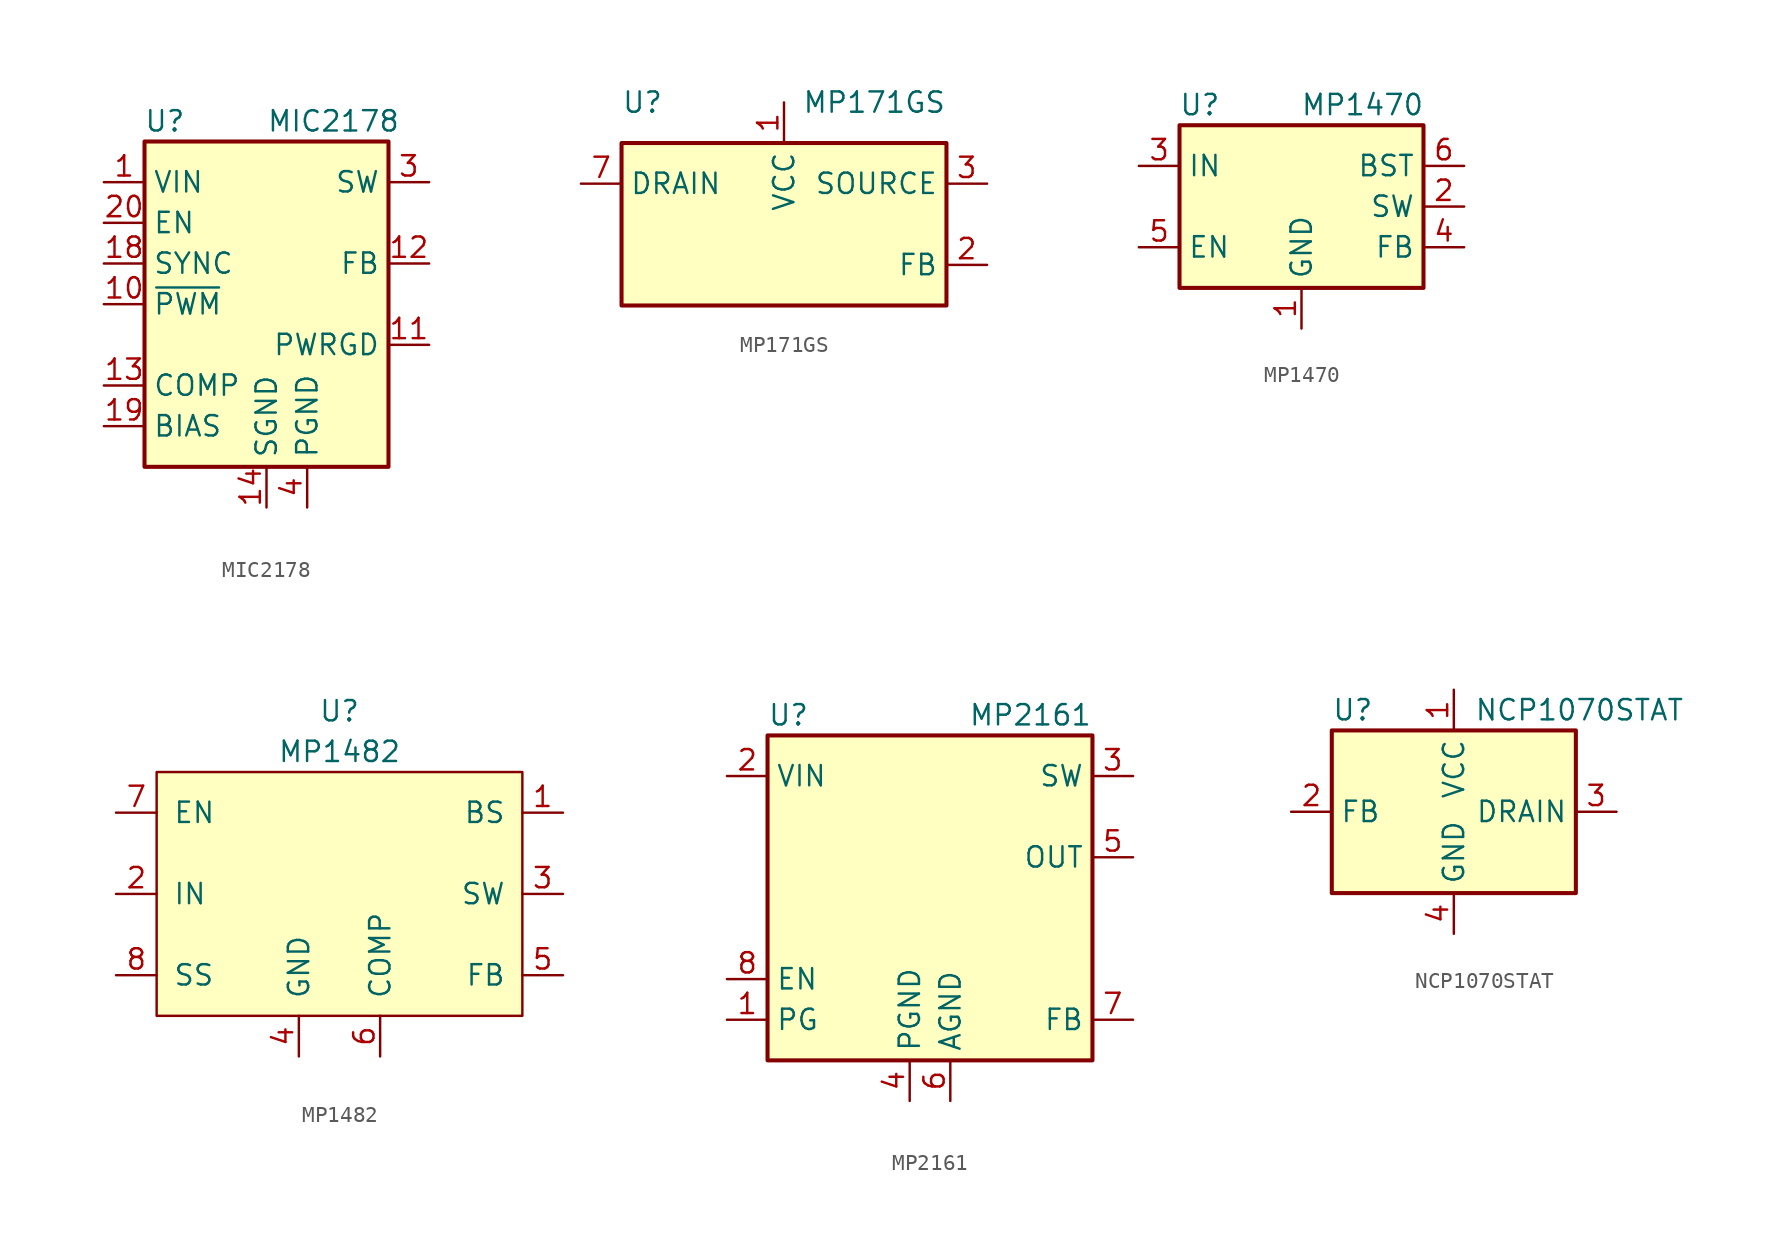
<source format=kicad_sym>
(kicad_symbol_lib
  (version 20201005)
  (generator kicad_symbol_editor)
  (symbol "MIC2178"
    (property "Reference" "U"
      (at -6.35 13.97 0)
      (effects (font (size 1.27 1.27))))
    (property "Value" "MIC2178"
      (at 0 13.97 0)
      (effects (font (size 1.27 1.27)) (justify left)))
    (symbol "MIC2178_0_1"
      (rectangle (start -7.62 12.7) (end 7.62 -7.62) (stroke (width 0.254)) (fill (type background))))
    (symbol "MIC2178_1_1"
      (pin power_in line (at -10.16 10.16 0) (length 2.54) (name "VIN" (effects (font (size 1.27 1.27)))) (number "1" (effects (font (size 1.27 1.27)))))
      (pin input line (at -10.16 2.54 0) (length 2.54) (name "~PWM" (effects (font (size 1.27 1.27)))) (number "10" (effects (font (size 1.27 1.27)))))
      (pin output line (at 10.16 0 180) (length 2.54) (name "PWRGD" (effects (font (size 1.27 1.27)))) (number "11" (effects (font (size 1.27 1.27)))))
      (pin input line (at 10.16 5.08 180) (length 2.54) (name "FB" (effects (font (size 1.27 1.27)))) (number "12" (effects (font (size 1.27 1.27)))))
      (pin input line (at -10.16 -2.54 0) (length 2.54) (name "COMP" (effects (font (size 1.27 1.27)))) (number "13" (effects (font (size 1.27 1.27)))))
      (pin power_in line (at 0 -10.16 90) (length 2.54) (name "SGND" (effects (font (size 1.27 1.27)))) (number "14" (effects (font (size 1.27 1.27)))))
      (pin passive line (at 0 -10.16 90) (length 2.54) hide (name "SGND" (effects (font (size 1.27 1.27)))) (number "15" (effects (font (size 1.27 1.27)))))
      (pin passive line (at 0 -10.16 90) (length 2.54) hide (name "SGND" (effects (font (size 1.27 1.27)))) (number "16" (effects (font (size 1.27 1.27)))))
      (pin passive line (at 0 -10.16 90) (length 2.54) hide (name "SGND" (effects (font (size 1.27 1.27)))) (number "17" (effects (font (size 1.27 1.27)))))
      (pin input line (at -10.16 5.08 0) (length 2.54) (name "SYNC" (effects (font (size 1.27 1.27)))) (number "18" (effects (font (size 1.27 1.27)))))
      (pin input line (at -10.16 -5.08 0) (length 2.54) (name "BIAS" (effects (font (size 1.27 1.27)))) (number "19" (effects (font (size 1.27 1.27)))))
      (pin passive line (at -10.16 10.16 0) (length 2.54) hide (name "VIN" (effects (font (size 1.27 1.27)))) (number "2" (effects (font (size 1.27 1.27)))))
      (pin input line (at -10.16 7.62 0) (length 2.54) (name "EN" (effects (font (size 1.27 1.27)))) (number "20" (effects (font (size 1.27 1.27)))))
      (pin output line (at 10.16 10.16 180) (length 2.54) (name "SW" (effects (font (size 1.27 1.27)))) (number "3" (effects (font (size 1.27 1.27)))))
      (pin power_in line (at 2.54 -10.16 90) (length 2.54) (name "PGND" (effects (font (size 1.27 1.27)))) (number "4" (effects (font (size 1.27 1.27)))))
      (pin passive line (at 2.54 -10.16 90) (length 2.54) hide (name "PGND" (effects (font (size 1.27 1.27)))) (number "5" (effects (font (size 1.27 1.27)))))
      (pin passive line (at 2.54 -10.16 90) (length 2.54) hide (name "PGND" (effects (font (size 1.27 1.27)))) (number "6" (effects (font (size 1.27 1.27)))))
      (pin passive line (at 2.54 -10.16 90) (length 2.54) hide (name "PGND" (effects (font (size 1.27 1.27)))) (number "7" (effects (font (size 1.27 1.27)))))
      (pin passive line (at 10.16 10.16 180) (length 2.54) hide (name "SW" (effects (font (size 1.27 1.27)))) (number "8" (effects (font (size 1.27 1.27)))))
      (pin passive line (at -10.16 10.16 0) (length 2.54) hide (name "VIN" (effects (font (size 1.27 1.27)))) (number "9" (effects (font (size 1.27 1.27)))))))
  (symbol "MP171GS"
    (property "Reference" "U"
      (at -10.16 7.62 0)
      (effects (font (size 1.27 1.27)) (justify left)))
    (property "Value" "MP171GS"
      (at 10.16 7.62 0)
      (effects (font (size 1.27 1.27)) (justify right)))
    (symbol "MP171GS_1_1"
      (rectangle (start 10.16 5.08) (end -10.16 -5.08) (stroke (width 0.254)) (fill (type background)))
      (pin power_in line (at 0 7.62 270) (length 2.54) (name "VCC" (effects (font (size 1.27 1.27)))) (number "1" (effects (font (size 1.27 1.27)))))
      (pin passive line (at 12.7 -2.54 180) (length 2.54) (name "FB" (effects (font (size 1.27 1.27)))) (number "2" (effects (font (size 1.27 1.27)))))
      (pin power_out line (at 12.7 2.54 180) (length 2.54) (name "SOURCE" (effects (font (size 1.27 1.27)))) (number "3" (effects (font (size 1.27 1.27)))))
      (pin passive line (at 12.7 2.54 180) (length 2.54) hide (name "SOURCE" (effects (font (size 1.27 1.27)))) (number "4" (effects (font (size 1.27 1.27)))))
      (pin no_connect line (at -10.16 0 0) (length 2.54) hide (name "NC" (effects (font (size 1.27 1.27)))) (number "5" (effects (font (size 1.27 1.27)))))
      (pin no_connect line (at -10.16 -2.54 0) (length 2.54) hide (name "NC" (effects (font (size 1.27 1.27)))) (number "6" (effects (font (size 1.27 1.27)))))
      (pin power_in line (at -12.7 2.54 0) (length 2.54) (name "DRAIN" (effects (font (size 1.27 1.27)))) (number "7" (effects (font (size 1.27 1.27)))))
      (pin no_connect line (at 10.16 0 180) (length 2.54) hide (name "NC" (effects (font (size 1.27 1.27)))) (number "8" (effects (font (size 1.27 1.27)))))))
  (symbol "MP1470"
    (property "Reference" "U"
      (at -6.35 6.35 0)
      (effects (font (size 1.27 1.27))))
    (property "Value" "MP1470"
      (at 3.81 6.35 0)
      (effects (font (size 1.27 1.27))))
    (symbol "MP1470_0_1"
      (rectangle (start -7.62 5.08) (end 7.62 -5.08) (stroke (width 0.254)) (fill (type background))))
    (symbol "MP1470_1_1"
      (pin power_in line (at 0 -7.62 90) (length 2.54) (name "GND" (effects (font (size 1.27 1.27)))) (number "1" (effects (font (size 1.27 1.27)))))
      (pin power_out line (at 10.16 0 180) (length 2.54) (name "SW" (effects (font (size 1.27 1.27)))) (number "2" (effects (font (size 1.27 1.27)))))
      (pin power_in line (at -10.16 2.54 0) (length 2.54) (name "IN" (effects (font (size 1.27 1.27)))) (number "3" (effects (font (size 1.27 1.27)))))
      (pin input line (at 10.16 -2.54 180) (length 2.54) (name "FB" (effects (font (size 1.27 1.27)))) (number "4" (effects (font (size 1.27 1.27)))))
      (pin input line (at -10.16 -2.54 0) (length 2.54) (name "EN" (effects (font (size 1.27 1.27)))) (number "5" (effects (font (size 1.27 1.27)))))
      (pin passive line (at 10.16 2.54 180) (length 2.54) (name "BST" (effects (font (size 1.27 1.27)))) (number "6" (effects (font (size 1.27 1.27)))))))
  (symbol "MP1482"
    (pin_names
      (offset 1.016))
    (property "Reference" "U"
      (at 0 11.43 0)
      (effects (font (size 1.27 1.27))))
    (property "Value" "MP1482"
      (at 0 8.89 0)
      (effects (font (size 1.27 1.27))))
    (symbol "MP1482_0_1"
      (rectangle (start -11.43 7.62) (end 11.43 -7.62) (stroke (width 0)) (fill (type background))))
    (symbol "MP1482_1_1"
      (pin input line (at 13.97 5.08 180) (length 2.54) (name "BS" (effects (font (size 1.27 1.27)))) (number "1" (effects (font (size 1.27 1.27)))))
      (pin input line (at -13.97 0 0) (length 2.54) (name "IN" (effects (font (size 1.27 1.27)))) (number "2" (effects (font (size 1.27 1.27)))))
      (pin input line (at 13.97 0 180) (length 2.54) (name "SW" (effects (font (size 1.27 1.27)))) (number "3" (effects (font (size 1.27 1.27)))))
      (pin input line (at -2.54 -10.16 90) (length 2.54) (name "GND" (effects (font (size 1.27 1.27)))) (number "4" (effects (font (size 1.27 1.27)))))
      (pin input line (at 13.97 -5.08 180) (length 2.54) (name "FB" (effects (font (size 1.27 1.27)))) (number "5" (effects (font (size 1.27 1.27)))))
      (pin input line (at 2.54 -10.16 90) (length 2.54) (name "COMP" (effects (font (size 1.27 1.27)))) (number "6" (effects (font (size 1.27 1.27)))))
      (pin input line (at -13.97 5.08 0) (length 2.54) (name "EN" (effects (font (size 1.27 1.27)))) (number "7" (effects (font (size 1.27 1.27)))))
      (pin input line (at -13.97 -5.08 0) (length 2.54) (name "SS" (effects (font (size 1.27 1.27)))) (number "8" (effects (font (size 1.27 1.27)))))))
  (symbol "MP2161"
    (property "Reference" "U"
      (at -10.16 11.43 0)
      (effects (font (size 1.27 1.27)) (justify left)))
    (property "Value" "MP2161"
      (at 10.16 11.43 0)
      (effects (font (size 1.27 1.27)) (justify right)))
    (symbol "MP2161_0_0"
      (rectangle (start -10.16 10.16) (end 10.16 -10.16) (stroke (width 0.254)) (fill (type background))))
    (symbol "MP2161_1_1"
      (pin input line (at -12.7 -7.62 0) (length 2.54) (name "PG" (effects (font (size 1.27 1.27)))) (number "1" (effects (font (size 1.27 1.27)))))
      (pin input line (at -12.7 7.62 0) (length 2.54) (name "VIN" (effects (font (size 1.27 1.27)))) (number "2" (effects (font (size 1.27 1.27)))))
      (pin input line (at 12.7 7.62 180) (length 2.54) (name "SW" (effects (font (size 1.27 1.27)))) (number "3" (effects (font (size 1.27 1.27)))))
      (pin input line (at -1.27 -12.7 90) (length 2.54) (name "PGND" (effects (font (size 1.27 1.27)))) (number "4" (effects (font (size 1.27 1.27)))))
      (pin input line (at 12.7 2.54 180) (length 2.54) (name "OUT" (effects (font (size 1.27 1.27)))) (number "5" (effects (font (size 1.27 1.27)))))
      (pin unspecified line (at 1.27 -12.7 90) (length 2.54) (name "AGND" (effects (font (size 1.27 1.27)))) (number "6" (effects (font (size 1.27 1.27)))))
      (pin input line (at 12.7 -7.62 180) (length 2.54) (name "FB" (effects (font (size 1.27 1.27)))) (number "7" (effects (font (size 1.27 1.27)))))
      (pin input line (at -12.7 -5.08 0) (length 2.54) (name "EN" (effects (font (size 1.27 1.27)))) (number "8" (effects (font (size 1.27 1.27)))))))
  (symbol "NCP1070STAT"
    (property "Reference" "U"
      (at -7.62 6.35 0)
      (effects (font (size 1.27 1.27)) (justify left)))
    (property "Value" "NCP1070STAT"
      (at 1.27 6.35 0)
      (effects (font (size 1.27 1.27)) (justify left)))
    (symbol "NCP1070STAT_0_1"
      (rectangle (start -7.62 5.08) (end 7.62 -5.08) (stroke (width 0.254)) (fill (type background))))
    (symbol "NCP1070STAT_1_1"
      (pin power_in line (at 0 7.62 270) (length 2.54) (name "VCC" (effects (font (size 1.27 1.27)))) (number "1" (effects (font (size 1.27 1.27)))))
      (pin input line (at -10.16 0 0) (length 2.54) (name "FB" (effects (font (size 1.27 1.27)))) (number "2" (effects (font (size 1.27 1.27)))))
      (pin open_collector line (at 10.16 0 180) (length 2.54) (name "DRAIN" (effects (font (size 1.27 1.27)))) (number "3" (effects (font (size 1.27 1.27)))))
      (pin power_in line (at 0 -7.62 90) (length 2.54) (name "GND" (effects (font (size 1.27 1.27)))) (number "4" (effects (font (size 1.27 1.27))))))))
</source>
